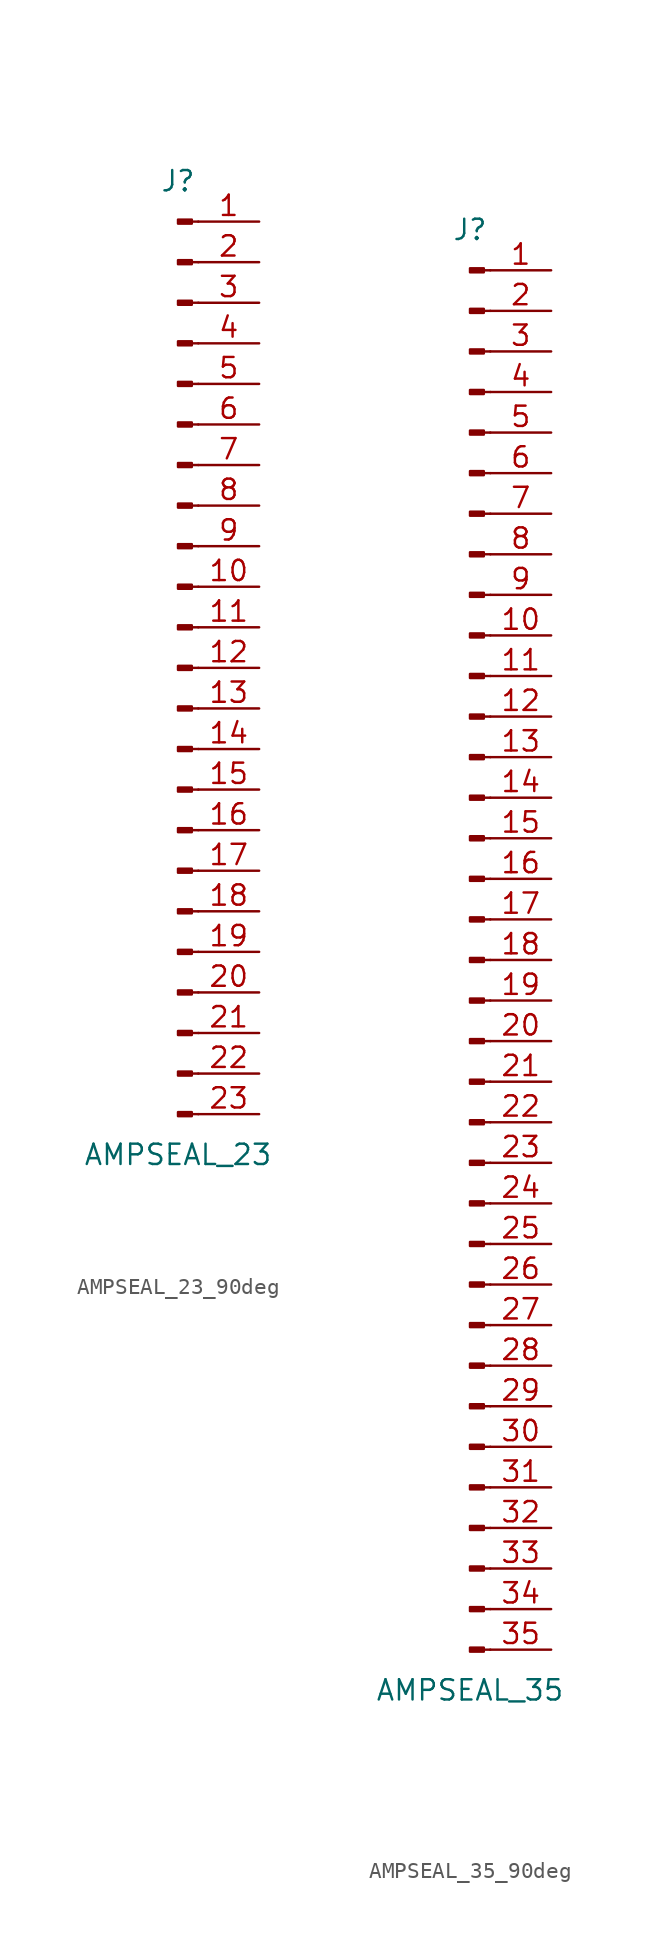
<source format=kicad_sym>
(kicad_symbol_lib
  (version 20220914)
  (generator kicad_symbol_editor)
  (symbol "AMPSEAL_23_90deg"
    (pin_names
      (offset 1.016) hide)
    (property "Reference" "J"
      (at 0 30.48 0)
      (effects (font (size 1.27 1.27))))
    (property "Value" "AMPSEAL_23"
      (at 0 -30.48 0)
      (effects (font (size 1.27 1.27))))
    (symbol "AMPSEAL_23_90deg_1_1"
      (polyline (pts (xy 1.27 -27.94) (xy 0.864 -27.94)) (stroke (width 0.152) (type default)) (fill (type none)))
      (polyline (pts (xy 1.27 -25.4) (xy 0.864 -25.4)) (stroke (width 0.152) (type default)) (fill (type none)))
      (polyline (pts (xy 1.27 -22.86) (xy 0.864 -22.86)) (stroke (width 0.152) (type default)) (fill (type none)))
      (polyline (pts (xy 1.27 -20.32) (xy 0.864 -20.32)) (stroke (width 0.152) (type default)) (fill (type none)))
      (polyline (pts (xy 1.27 -17.78) (xy 0.864 -17.78)) (stroke (width 0.152) (type default)) (fill (type none)))
      (polyline (pts (xy 1.27 -15.24) (xy 0.864 -15.24)) (stroke (width 0.152) (type default)) (fill (type none)))
      (polyline (pts (xy 1.27 -12.7) (xy 0.864 -12.7)) (stroke (width 0.152) (type default)) (fill (type none)))
      (polyline (pts (xy 1.27 -10.16) (xy 0.864 -10.16)) (stroke (width 0.152) (type default)) (fill (type none)))
      (polyline (pts (xy 1.27 -7.62) (xy 0.864 -7.62)) (stroke (width 0.152) (type default)) (fill (type none)))
      (polyline (pts (xy 1.27 -5.08) (xy 0.864 -5.08)) (stroke (width 0.152) (type default)) (fill (type none)))
      (polyline (pts (xy 1.27 -2.54) (xy 0.864 -2.54)) (stroke (width 0.152) (type default)) (fill (type none)))
      (polyline (pts (xy 1.27 0) (xy 0.864 0)) (stroke (width 0.152) (type default)) (fill (type none)))
      (polyline (pts (xy 1.27 2.54) (xy 0.864 2.54)) (stroke (width 0.152) (type default)) (fill (type none)))
      (polyline (pts (xy 1.27 5.08) (xy 0.864 5.08)) (stroke (width 0.152) (type default)) (fill (type none)))
      (polyline (pts (xy 1.27 7.62) (xy 0.864 7.62)) (stroke (width 0.152) (type default)) (fill (type none)))
      (polyline (pts (xy 1.27 10.16) (xy 0.864 10.16)) (stroke (width 0.152) (type default)) (fill (type none)))
      (polyline (pts (xy 1.27 12.7) (xy 0.864 12.7)) (stroke (width 0.152) (type default)) (fill (type none)))
      (polyline (pts (xy 1.27 15.24) (xy 0.864 15.24)) (stroke (width 0.152) (type default)) (fill (type none)))
      (polyline (pts (xy 1.27 17.78) (xy 0.864 17.78)) (stroke (width 0.152) (type default)) (fill (type none)))
      (polyline (pts (xy 1.27 20.32) (xy 0.864 20.32)) (stroke (width 0.152) (type default)) (fill (type none)))
      (polyline (pts (xy 1.27 22.86) (xy 0.864 22.86)) (stroke (width 0.152) (type default)) (fill (type none)))
      (polyline (pts (xy 1.27 25.4) (xy 0.864 25.4)) (stroke (width 0.152) (type default)) (fill (type none)))
      (polyline (pts (xy 1.27 27.94) (xy 0.864 27.94)) (stroke (width 0.152) (type default)) (fill (type none)))
      (rectangle (start 0.864 -27.813) (end 0 -28.067) (stroke (width 0.152) (type default)) (fill (type outline)))
      (rectangle (start 0.864 -25.273) (end 0 -25.527) (stroke (width 0.152) (type default)) (fill (type outline)))
      (rectangle (start 0.864 -22.733) (end 0 -22.987) (stroke (width 0.152) (type default)) (fill (type outline)))
      (rectangle (start 0.864 -20.193) (end 0 -20.447) (stroke (width 0.152) (type default)) (fill (type outline)))
      (rectangle (start 0.864 -17.653) (end 0 -17.907) (stroke (width 0.152) (type default)) (fill (type outline)))
      (rectangle (start 0.864 -15.113) (end 0 -15.367) (stroke (width 0.152) (type default)) (fill (type outline)))
      (rectangle (start 0.864 -12.573) (end 0 -12.827) (stroke (width 0.152) (type default)) (fill (type outline)))
      (rectangle (start 0.864 -10.033) (end 0 -10.287) (stroke (width 0.152) (type default)) (fill (type outline)))
      (rectangle (start 0.864 -7.493) (end 0 -7.747) (stroke (width 0.152) (type default)) (fill (type outline)))
      (rectangle (start 0.864 -4.953) (end 0 -5.207) (stroke (width 0.152) (type default)) (fill (type outline)))
      (rectangle (start 0.864 -2.413) (end 0 -2.667) (stroke (width 0.152) (type default)) (fill (type outline)))
      (rectangle (start 0.864 0.127) (end 0 -0.127) (stroke (width 0.152) (type default)) (fill (type outline)))
      (rectangle (start 0.864 2.667) (end 0 2.413) (stroke (width 0.152) (type default)) (fill (type outline)))
      (rectangle (start 0.864 5.207) (end 0 4.953) (stroke (width 0.152) (type default)) (fill (type outline)))
      (rectangle (start 0.864 7.747) (end 0 7.493) (stroke (width 0.152) (type default)) (fill (type outline)))
      (rectangle (start 0.864 10.287) (end 0 10.033) (stroke (width 0.152) (type default)) (fill (type outline)))
      (rectangle (start 0.864 12.827) (end 0 12.573) (stroke (width 0.152) (type default)) (fill (type outline)))
      (rectangle (start 0.864 15.367) (end 0 15.113) (stroke (width 0.152) (type default)) (fill (type outline)))
      (rectangle (start 0.864 17.907) (end 0 17.653) (stroke (width 0.152) (type default)) (fill (type outline)))
      (rectangle (start 0.864 20.447) (end 0 20.193) (stroke (width 0.152) (type default)) (fill (type outline)))
      (rectangle (start 0.864 22.987) (end 0 22.733) (stroke (width 0.152) (type default)) (fill (type outline)))
      (rectangle (start 0.864 25.527) (end 0 25.273) (stroke (width 0.152) (type default)) (fill (type outline)))
      (rectangle (start 0.864 28.067) (end 0 27.813) (stroke (width 0.152) (type default)) (fill (type outline)))
      (pin passive line (at 5.08 27.94 180) (length 3.81) (name "Pin_1" (effects (font (size 1.27 1.27)))) (number "1" (effects (font (size 1.27 1.27)))))
      (pin passive line (at 5.08 5.08 180) (length 3.81) (name "Pin_10" (effects (font (size 1.27 1.27)))) (number "10" (effects (font (size 1.27 1.27)))))
      (pin passive line (at 5.08 2.54 180) (length 3.81) (name "Pin_11" (effects (font (size 1.27 1.27)))) (number "11" (effects (font (size 1.27 1.27)))))
      (pin passive line (at 5.08 0 180) (length 3.81) (name "Pin_12" (effects (font (size 1.27 1.27)))) (number "12" (effects (font (size 1.27 1.27)))))
      (pin passive line (at 5.08 -2.54 180) (length 3.81) (name "Pin_13" (effects (font (size 1.27 1.27)))) (number "13" (effects (font (size 1.27 1.27)))))
      (pin passive line (at 5.08 -5.08 180) (length 3.81) (name "Pin_14" (effects (font (size 1.27 1.27)))) (number "14" (effects (font (size 1.27 1.27)))))
      (pin passive line (at 5.08 -7.62 180) (length 3.81) (name "Pin_15" (effects (font (size 1.27 1.27)))) (number "15" (effects (font (size 1.27 1.27)))))
      (pin passive line (at 5.08 -10.16 180) (length 3.81) (name "Pin_16" (effects (font (size 1.27 1.27)))) (number "16" (effects (font (size 1.27 1.27)))))
      (pin passive line (at 5.08 -12.7 180) (length 3.81) (name "Pin_17" (effects (font (size 1.27 1.27)))) (number "17" (effects (font (size 1.27 1.27)))))
      (pin passive line (at 5.08 -15.24 180) (length 3.81) (name "Pin_18" (effects (font (size 1.27 1.27)))) (number "18" (effects (font (size 1.27 1.27)))))
      (pin passive line (at 5.08 -17.78 180) (length 3.81) (name "Pin_19" (effects (font (size 1.27 1.27)))) (number "19" (effects (font (size 1.27 1.27)))))
      (pin passive line (at 5.08 25.4 180) (length 3.81) (name "Pin_2" (effects (font (size 1.27 1.27)))) (number "2" (effects (font (size 1.27 1.27)))))
      (pin passive line (at 5.08 -20.32 180) (length 3.81) (name "Pin_20" (effects (font (size 1.27 1.27)))) (number "20" (effects (font (size 1.27 1.27)))))
      (pin passive line (at 5.08 -22.86 180) (length 3.81) (name "Pin_21" (effects (font (size 1.27 1.27)))) (number "21" (effects (font (size 1.27 1.27)))))
      (pin passive line (at 5.08 -25.4 180) (length 3.81) (name "Pin_22" (effects (font (size 1.27 1.27)))) (number "22" (effects (font (size 1.27 1.27)))))
      (pin passive line (at 5.08 -27.94 180) (length 3.81) (name "Pin_23" (effects (font (size 1.27 1.27)))) (number "23" (effects (font (size 1.27 1.27)))))
      (pin passive line (at 5.08 22.86 180) (length 3.81) (name "Pin_3" (effects (font (size 1.27 1.27)))) (number "3" (effects (font (size 1.27 1.27)))))
      (pin passive line (at 5.08 20.32 180) (length 3.81) (name "Pin_4" (effects (font (size 1.27 1.27)))) (number "4" (effects (font (size 1.27 1.27)))))
      (pin passive line (at 5.08 17.78 180) (length 3.81) (name "Pin_5" (effects (font (size 1.27 1.27)))) (number "5" (effects (font (size 1.27 1.27)))))
      (pin passive line (at 5.08 15.24 180) (length 3.81) (name "Pin_6" (effects (font (size 1.27 1.27)))) (number "6" (effects (font (size 1.27 1.27)))))
      (pin passive line (at 5.08 12.7 180) (length 3.81) (name "Pin_7" (effects (font (size 1.27 1.27)))) (number "7" (effects (font (size 1.27 1.27)))))
      (pin passive line (at 5.08 10.16 180) (length 3.81) (name "Pin_8" (effects (font (size 1.27 1.27)))) (number "8" (effects (font (size 1.27 1.27)))))
      (pin passive line (at 5.08 7.62 180) (length 3.81) (name "Pin_9" (effects (font (size 1.27 1.27)))) (number "9" (effects (font (size 1.27 1.27)))))))
  (symbol "AMPSEAL_35_90deg"
    (pin_names
      (offset 1.016) hide)
    (property "Reference" "J"
      (at 0 45.72 0)
      (effects (font (size 1.27 1.27))))
    (property "Value" "AMPSEAL_35"
      (at 0 -45.72 0)
      (effects (font (size 1.27 1.27))))
    (symbol "AMPSEAL_35_90deg_1_1"
      (polyline (pts (xy 1.27 -43.18) (xy 0.864 -43.18)) (stroke (width 0.152) (type default)) (fill (type none)))
      (polyline (pts (xy 1.27 -40.64) (xy 0.864 -40.64)) (stroke (width 0.152) (type default)) (fill (type none)))
      (polyline (pts (xy 1.27 -38.1) (xy 0.864 -38.1)) (stroke (width 0.152) (type default)) (fill (type none)))
      (polyline (pts (xy 1.27 -35.56) (xy 0.864 -35.56)) (stroke (width 0.152) (type default)) (fill (type none)))
      (polyline (pts (xy 1.27 -33.02) (xy 0.864 -33.02)) (stroke (width 0.152) (type default)) (fill (type none)))
      (polyline (pts (xy 1.27 -30.48) (xy 0.864 -30.48)) (stroke (width 0.152) (type default)) (fill (type none)))
      (polyline (pts (xy 1.27 -27.94) (xy 0.864 -27.94)) (stroke (width 0.152) (type default)) (fill (type none)))
      (polyline (pts (xy 1.27 -25.4) (xy 0.864 -25.4)) (stroke (width 0.152) (type default)) (fill (type none)))
      (polyline (pts (xy 1.27 -22.86) (xy 0.864 -22.86)) (stroke (width 0.152) (type default)) (fill (type none)))
      (polyline (pts (xy 1.27 -20.32) (xy 0.864 -20.32)) (stroke (width 0.152) (type default)) (fill (type none)))
      (polyline (pts (xy 1.27 -17.78) (xy 0.864 -17.78)) (stroke (width 0.152) (type default)) (fill (type none)))
      (polyline (pts (xy 1.27 -15.24) (xy 0.864 -15.24)) (stroke (width 0.152) (type default)) (fill (type none)))
      (polyline (pts (xy 1.27 -12.7) (xy 0.864 -12.7)) (stroke (width 0.152) (type default)) (fill (type none)))
      (polyline (pts (xy 1.27 -10.16) (xy 0.864 -10.16)) (stroke (width 0.152) (type default)) (fill (type none)))
      (polyline (pts (xy 1.27 -7.62) (xy 0.864 -7.62)) (stroke (width 0.152) (type default)) (fill (type none)))
      (polyline (pts (xy 1.27 -5.08) (xy 0.864 -5.08)) (stroke (width 0.152) (type default)) (fill (type none)))
      (polyline (pts (xy 1.27 -2.54) (xy 0.864 -2.54)) (stroke (width 0.152) (type default)) (fill (type none)))
      (polyline (pts (xy 1.27 0) (xy 0.864 0)) (stroke (width 0.152) (type default)) (fill (type none)))
      (polyline (pts (xy 1.27 2.54) (xy 0.864 2.54)) (stroke (width 0.152) (type default)) (fill (type none)))
      (polyline (pts (xy 1.27 5.08) (xy 0.864 5.08)) (stroke (width 0.152) (type default)) (fill (type none)))
      (polyline (pts (xy 1.27 7.62) (xy 0.864 7.62)) (stroke (width 0.152) (type default)) (fill (type none)))
      (polyline (pts (xy 1.27 10.16) (xy 0.864 10.16)) (stroke (width 0.152) (type default)) (fill (type none)))
      (polyline (pts (xy 1.27 12.7) (xy 0.864 12.7)) (stroke (width 0.152) (type default)) (fill (type none)))
      (polyline (pts (xy 1.27 15.24) (xy 0.864 15.24)) (stroke (width 0.152) (type default)) (fill (type none)))
      (polyline (pts (xy 1.27 17.78) (xy 0.864 17.78)) (stroke (width 0.152) (type default)) (fill (type none)))
      (polyline (pts (xy 1.27 20.32) (xy 0.864 20.32)) (stroke (width 0.152) (type default)) (fill (type none)))
      (polyline (pts (xy 1.27 22.86) (xy 0.864 22.86)) (stroke (width 0.152) (type default)) (fill (type none)))
      (polyline (pts (xy 1.27 25.4) (xy 0.864 25.4)) (stroke (width 0.152) (type default)) (fill (type none)))
      (polyline (pts (xy 1.27 27.94) (xy 0.864 27.94)) (stroke (width 0.152) (type default)) (fill (type none)))
      (polyline (pts (xy 1.27 30.48) (xy 0.864 30.48)) (stroke (width 0.152) (type default)) (fill (type none)))
      (polyline (pts (xy 1.27 33.02) (xy 0.864 33.02)) (stroke (width 0.152) (type default)) (fill (type none)))
      (polyline (pts (xy 1.27 35.56) (xy 0.864 35.56)) (stroke (width 0.152) (type default)) (fill (type none)))
      (polyline (pts (xy 1.27 38.1) (xy 0.864 38.1)) (stroke (width 0.152) (type default)) (fill (type none)))
      (polyline (pts (xy 1.27 40.64) (xy 0.864 40.64)) (stroke (width 0.152) (type default)) (fill (type none)))
      (polyline (pts (xy 1.27 43.18) (xy 0.864 43.18)) (stroke (width 0.152) (type default)) (fill (type none)))
      (rectangle (start 0.864 -43.053) (end 0 -43.307) (stroke (width 0.152) (type default)) (fill (type outline)))
      (rectangle (start 0.864 -40.513) (end 0 -40.767) (stroke (width 0.152) (type default)) (fill (type outline)))
      (rectangle (start 0.864 -37.973) (end 0 -38.227) (stroke (width 0.152) (type default)) (fill (type outline)))
      (rectangle (start 0.864 -35.433) (end 0 -35.687) (stroke (width 0.152) (type default)) (fill (type outline)))
      (rectangle (start 0.864 -32.893) (end 0 -33.147) (stroke (width 0.152) (type default)) (fill (type outline)))
      (rectangle (start 0.864 -30.353) (end 0 -30.607) (stroke (width 0.152) (type default)) (fill (type outline)))
      (rectangle (start 0.864 -27.813) (end 0 -28.067) (stroke (width 0.152) (type default)) (fill (type outline)))
      (rectangle (start 0.864 -25.273) (end 0 -25.527) (stroke (width 0.152) (type default)) (fill (type outline)))
      (rectangle (start 0.864 -22.733) (end 0 -22.987) (stroke (width 0.152) (type default)) (fill (type outline)))
      (rectangle (start 0.864 -20.193) (end 0 -20.447) (stroke (width 0.152) (type default)) (fill (type outline)))
      (rectangle (start 0.864 -17.653) (end 0 -17.907) (stroke (width 0.152) (type default)) (fill (type outline)))
      (rectangle (start 0.864 -15.113) (end 0 -15.367) (stroke (width 0.152) (type default)) (fill (type outline)))
      (rectangle (start 0.864 -12.573) (end 0 -12.827) (stroke (width 0.152) (type default)) (fill (type outline)))
      (rectangle (start 0.864 -10.033) (end 0 -10.287) (stroke (width 0.152) (type default)) (fill (type outline)))
      (rectangle (start 0.864 -7.493) (end 0 -7.747) (stroke (width 0.152) (type default)) (fill (type outline)))
      (rectangle (start 0.864 -4.953) (end 0 -5.207) (stroke (width 0.152) (type default)) (fill (type outline)))
      (rectangle (start 0.864 -2.413) (end 0 -2.667) (stroke (width 0.152) (type default)) (fill (type outline)))
      (rectangle (start 0.864 0.127) (end 0 -0.127) (stroke (width 0.152) (type default)) (fill (type outline)))
      (rectangle (start 0.864 2.667) (end 0 2.413) (stroke (width 0.152) (type default)) (fill (type outline)))
      (rectangle (start 0.864 5.207) (end 0 4.953) (stroke (width 0.152) (type default)) (fill (type outline)))
      (rectangle (start 0.864 7.747) (end 0 7.493) (stroke (width 0.152) (type default)) (fill (type outline)))
      (rectangle (start 0.864 10.287) (end 0 10.033) (stroke (width 0.152) (type default)) (fill (type outline)))
      (rectangle (start 0.864 12.827) (end 0 12.573) (stroke (width 0.152) (type default)) (fill (type outline)))
      (rectangle (start 0.864 15.367) (end 0 15.113) (stroke (width 0.152) (type default)) (fill (type outline)))
      (rectangle (start 0.864 17.907) (end 0 17.653) (stroke (width 0.152) (type default)) (fill (type outline)))
      (rectangle (start 0.864 20.447) (end 0 20.193) (stroke (width 0.152) (type default)) (fill (type outline)))
      (rectangle (start 0.864 22.987) (end 0 22.733) (stroke (width 0.152) (type default)) (fill (type outline)))
      (rectangle (start 0.864 25.527) (end 0 25.273) (stroke (width 0.152) (type default)) (fill (type outline)))
      (rectangle (start 0.864 28.067) (end 0 27.813) (stroke (width 0.152) (type default)) (fill (type outline)))
      (rectangle (start 0.864 30.607) (end 0 30.353) (stroke (width 0.152) (type default)) (fill (type outline)))
      (rectangle (start 0.864 33.147) (end 0 32.893) (stroke (width 0.152) (type default)) (fill (type outline)))
      (rectangle (start 0.864 35.687) (end 0 35.433) (stroke (width 0.152) (type default)) (fill (type outline)))
      (rectangle (start 0.864 38.227) (end 0 37.973) (stroke (width 0.152) (type default)) (fill (type outline)))
      (rectangle (start 0.864 40.767) (end 0 40.513) (stroke (width 0.152) (type default)) (fill (type outline)))
      (rectangle (start 0.864 43.307) (end 0 43.053) (stroke (width 0.152) (type default)) (fill (type outline)))
      (pin passive line (at 5.08 43.18 180) (length 3.81) (name "Pin_1" (effects (font (size 1.27 1.27)))) (number "1" (effects (font (size 1.27 1.27)))))
      (pin passive line (at 5.08 20.32 180) (length 3.81) (name "Pin_10" (effects (font (size 1.27 1.27)))) (number "10" (effects (font (size 1.27 1.27)))))
      (pin passive line (at 5.08 17.78 180) (length 3.81) (name "Pin_11" (effects (font (size 1.27 1.27)))) (number "11" (effects (font (size 1.27 1.27)))))
      (pin passive line (at 5.08 15.24 180) (length 3.81) (name "Pin_12" (effects (font (size 1.27 1.27)))) (number "12" (effects (font (size 1.27 1.27)))))
      (pin passive line (at 5.08 12.7 180) (length 3.81) (name "Pin_13" (effects (font (size 1.27 1.27)))) (number "13" (effects (font (size 1.27 1.27)))))
      (pin passive line (at 5.08 10.16 180) (length 3.81) (name "Pin_14" (effects (font (size 1.27 1.27)))) (number "14" (effects (font (size 1.27 1.27)))))
      (pin passive line (at 5.08 7.62 180) (length 3.81) (name "Pin_15" (effects (font (size 1.27 1.27)))) (number "15" (effects (font (size 1.27 1.27)))))
      (pin passive line (at 5.08 5.08 180) (length 3.81) (name "Pin_16" (effects (font (size 1.27 1.27)))) (number "16" (effects (font (size 1.27 1.27)))))
      (pin passive line (at 5.08 2.54 180) (length 3.81) (name "Pin_17" (effects (font (size 1.27 1.27)))) (number "17" (effects (font (size 1.27 1.27)))))
      (pin passive line (at 5.08 0 180) (length 3.81) (name "Pin_18" (effects (font (size 1.27 1.27)))) (number "18" (effects (font (size 1.27 1.27)))))
      (pin passive line (at 5.08 -2.54 180) (length 3.81) (name "Pin_19" (effects (font (size 1.27 1.27)))) (number "19" (effects (font (size 1.27 1.27)))))
      (pin passive line (at 5.08 40.64 180) (length 3.81) (name "Pin_2" (effects (font (size 1.27 1.27)))) (number "2" (effects (font (size 1.27 1.27)))))
      (pin passive line (at 5.08 -5.08 180) (length 3.81) (name "Pin_20" (effects (font (size 1.27 1.27)))) (number "20" (effects (font (size 1.27 1.27)))))
      (pin passive line (at 5.08 -7.62 180) (length 3.81) (name "Pin_21" (effects (font (size 1.27 1.27)))) (number "21" (effects (font (size 1.27 1.27)))))
      (pin passive line (at 5.08 -10.16 180) (length 3.81) (name "Pin_22" (effects (font (size 1.27 1.27)))) (number "22" (effects (font (size 1.27 1.27)))))
      (pin passive line (at 5.08 -12.7 180) (length 3.81) (name "Pin_23" (effects (font (size 1.27 1.27)))) (number "23" (effects (font (size 1.27 1.27)))))
      (pin passive line (at 5.08 -15.24 180) (length 3.81) (name "Pin_24" (effects (font (size 1.27 1.27)))) (number "24" (effects (font (size 1.27 1.27)))))
      (pin passive line (at 5.08 -17.78 180) (length 3.81) (name "Pin_25" (effects (font (size 1.27 1.27)))) (number "25" (effects (font (size 1.27 1.27)))))
      (pin passive line (at 5.08 -20.32 180) (length 3.81) (name "Pin_26" (effects (font (size 1.27 1.27)))) (number "26" (effects (font (size 1.27 1.27)))))
      (pin passive line (at 5.08 -22.86 180) (length 3.81) (name "Pin_27" (effects (font (size 1.27 1.27)))) (number "27" (effects (font (size 1.27 1.27)))))
      (pin passive line (at 5.08 -25.4 180) (length 3.81) (name "Pin_28" (effects (font (size 1.27 1.27)))) (number "28" (effects (font (size 1.27 1.27)))))
      (pin passive line (at 5.08 -27.94 180) (length 3.81) (name "Pin_29" (effects (font (size 1.27 1.27)))) (number "29" (effects (font (size 1.27 1.27)))))
      (pin passive line (at 5.08 38.1 180) (length 3.81) (name "Pin_3" (effects (font (size 1.27 1.27)))) (number "3" (effects (font (size 1.27 1.27)))))
      (pin passive line (at 5.08 -30.48 180) (length 3.81) (name "Pin_30" (effects (font (size 1.27 1.27)))) (number "30" (effects (font (size 1.27 1.27)))))
      (pin passive line (at 5.08 -33.02 180) (length 3.81) (name "Pin_31" (effects (font (size 1.27 1.27)))) (number "31" (effects (font (size 1.27 1.27)))))
      (pin passive line (at 5.08 -35.56 180) (length 3.81) (name "Pin_32" (effects (font (size 1.27 1.27)))) (number "32" (effects (font (size 1.27 1.27)))))
      (pin passive line (at 5.08 -38.1 180) (length 3.81) (name "Pin_33" (effects (font (size 1.27 1.27)))) (number "33" (effects (font (size 1.27 1.27)))))
      (pin passive line (at 5.08 -40.64 180) (length 3.81) (name "Pin_34" (effects (font (size 1.27 1.27)))) (number "34" (effects (font (size 1.27 1.27)))))
      (pin passive line (at 5.08 -43.18 180) (length 3.81) (name "Pin_35" (effects (font (size 1.27 1.27)))) (number "35" (effects (font (size 1.27 1.27)))))
      (pin passive line (at 5.08 35.56 180) (length 3.81) (name "Pin_4" (effects (font (size 1.27 1.27)))) (number "4" (effects (font (size 1.27 1.27)))))
      (pin passive line (at 5.08 33.02 180) (length 3.81) (name "Pin_5" (effects (font (size 1.27 1.27)))) (number "5" (effects (font (size 1.27 1.27)))))
      (pin passive line (at 5.08 30.48 180) (length 3.81) (name "Pin_6" (effects (font (size 1.27 1.27)))) (number "6" (effects (font (size 1.27 1.27)))))
      (pin passive line (at 5.08 27.94 180) (length 3.81) (name "Pin_7" (effects (font (size 1.27 1.27)))) (number "7" (effects (font (size 1.27 1.27)))))
      (pin passive line (at 5.08 25.4 180) (length 3.81) (name "Pin_8" (effects (font (size 1.27 1.27)))) (number "8" (effects (font (size 1.27 1.27)))))
      (pin passive line (at 5.08 22.86 180) (length 3.81) (name "Pin_9" (effects (font (size 1.27 1.27)))) (number "9" (effects (font (size 1.27 1.27))))))))
</source>
